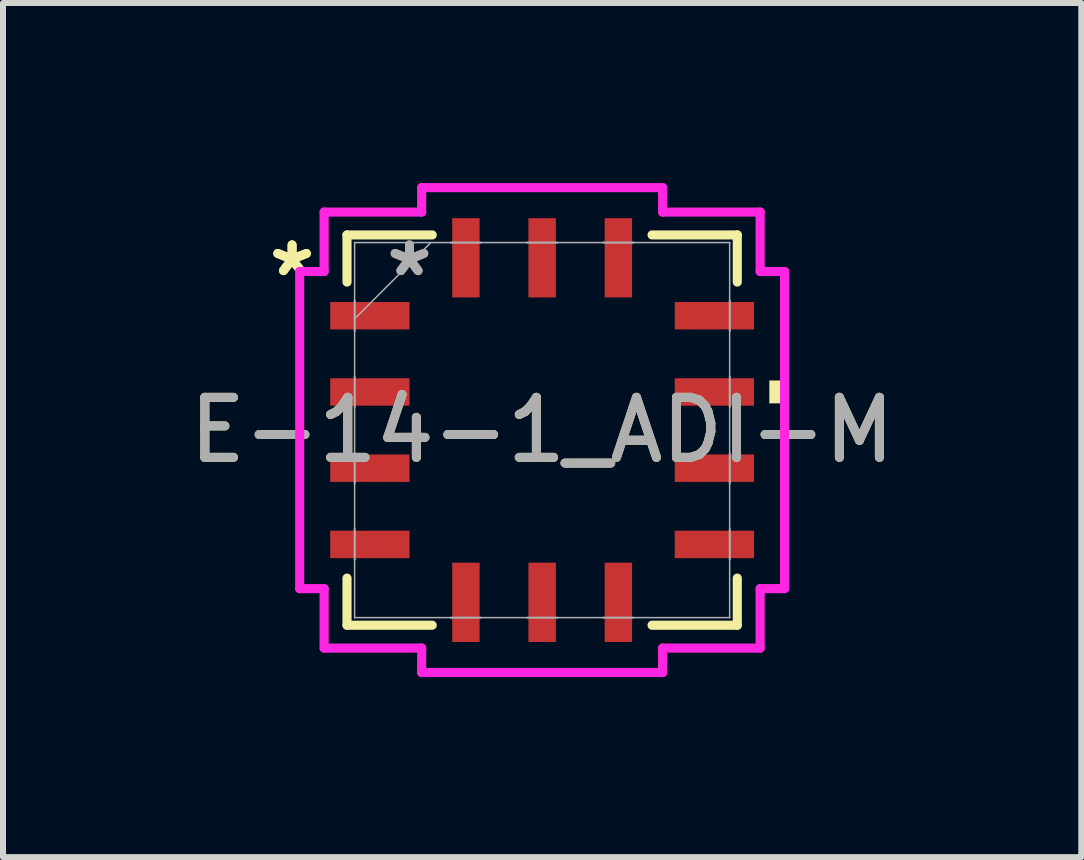
<source format=kicad_pcb>
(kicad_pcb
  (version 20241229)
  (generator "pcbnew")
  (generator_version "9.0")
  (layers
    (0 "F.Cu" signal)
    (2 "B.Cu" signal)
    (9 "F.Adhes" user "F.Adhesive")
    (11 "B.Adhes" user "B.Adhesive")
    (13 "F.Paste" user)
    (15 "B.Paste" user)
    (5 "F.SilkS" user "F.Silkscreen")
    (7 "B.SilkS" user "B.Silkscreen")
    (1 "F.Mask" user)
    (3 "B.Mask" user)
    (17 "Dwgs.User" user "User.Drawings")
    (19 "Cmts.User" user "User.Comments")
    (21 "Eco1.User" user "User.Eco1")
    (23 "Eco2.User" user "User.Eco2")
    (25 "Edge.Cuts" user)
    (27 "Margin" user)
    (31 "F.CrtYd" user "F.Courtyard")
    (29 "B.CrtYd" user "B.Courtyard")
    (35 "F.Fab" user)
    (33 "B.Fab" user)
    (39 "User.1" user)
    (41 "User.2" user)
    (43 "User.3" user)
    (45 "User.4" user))
  (footprint "E-14-1_ADI-M"
    (layer "F.Cu")
    (at 5.982 4.115)
    (property "Reference" "E-14-1_ADI-M" (at 0 0 0) (unlocked yes) (layer "F.SilkS") (effects (font (size 1 1) (thickness 0.15))))
    (attr smd)
    (fp_line (start -3.251 -3.251) (end -3.251 -2.466) (stroke (width 0.152) (type solid)) (layer "F.SilkS"))
    (fp_line (start -3.251 2.466) (end -3.251 3.251) (stroke (width 0.152) (type solid)) (layer "F.SilkS"))
    (fp_line (start -3.251 3.251) (end -1.831 3.251) (stroke (width 0.152) (type solid)) (layer "F.SilkS"))
    (fp_line (start -1.831 -3.251) (end -3.251 -3.251) (stroke (width 0.152) (type solid)) (layer "F.SilkS"))
    (fp_line (start 1.831 3.251) (end 3.251 3.251) (stroke (width 0.152) (type solid)) (layer "F.SilkS"))
    (fp_line (start 3.251 -3.251) (end 1.831 -3.251) (stroke (width 0.152) (type solid)) (layer "F.SilkS"))
    (fp_line (start 3.251 -2.466) (end 3.251 -3.251) (stroke (width 0.152) (type solid)) (layer "F.SilkS"))
    (fp_line (start 3.251 3.251) (end 3.251 2.466) (stroke (width 0.152) (type solid)) (layer "F.SilkS"))
    (fp_poly (pts (xy 4.039 -0.826) (xy 4.039 -0.445) (xy 3.785 -0.445) (xy 3.785 -0.826)) (stroke (width 0) (type solid)) (fill yes) (layer "F.SilkS"))
    (fp_line (start -4.039 -2.642) (end -3.632 -2.642) (stroke (width 0.152) (type solid)) (layer "F.CrtYd"))
    (fp_line (start -4.039 2.642) (end -4.039 -2.642) (stroke (width 0.152) (type solid)) (layer "F.CrtYd"))
    (fp_line (start -3.632 -3.632) (end -2.007 -3.632) (stroke (width 0.152) (type solid)) (layer "F.CrtYd"))
    (fp_line (start -3.632 -2.642) (end -3.632 -3.632) (stroke (width 0.152) (type solid)) (layer "F.CrtYd"))
    (fp_line (start -3.632 2.642) (end -4.039 2.642) (stroke (width 0.152) (type solid)) (layer "F.CrtYd"))
    (fp_line (start -3.632 3.632) (end -3.632 2.642) (stroke (width 0.152) (type solid)) (layer "F.CrtYd"))
    (fp_line (start -2.007 -4.039) (end 2.007 -4.039) (stroke (width 0.152) (type solid)) (layer "F.CrtYd"))
    (fp_line (start -2.007 -3.632) (end -2.007 -4.039) (stroke (width 0.152) (type solid)) (layer "F.CrtYd"))
    (fp_line (start -2.007 3.632) (end -3.632 3.632) (stroke (width 0.152) (type solid)) (layer "F.CrtYd"))
    (fp_line (start -2.007 4.039) (end -2.007 3.632) (stroke (width 0.152) (type solid)) (layer "F.CrtYd"))
    (fp_line (start 2.007 -4.039) (end 2.007 -3.632) (stroke (width 0.152) (type solid)) (layer "F.CrtYd"))
    (fp_line (start 2.007 -3.632) (end 3.632 -3.632) (stroke (width 0.152) (type solid)) (layer "F.CrtYd"))
    (fp_line (start 2.007 3.632) (end 2.007 4.039) (stroke (width 0.152) (type solid)) (layer "F.CrtYd"))
    (fp_line (start 2.007 4.039) (end -2.007 4.039) (stroke (width 0.152) (type solid)) (layer "F.CrtYd"))
    (fp_line (start 3.632 -3.632) (end 3.632 -2.642) (stroke (width 0.152) (type solid)) (layer "F.CrtYd"))
    (fp_line (start 3.632 -2.642) (end 4.039 -2.642) (stroke (width 0.152) (type solid)) (layer "F.CrtYd"))
    (fp_line (start 3.632 2.642) (end 3.632 3.632) (stroke (width 0.152) (type solid)) (layer "F.CrtYd"))
    (fp_line (start 3.632 3.632) (end 2.007 3.632) (stroke (width 0.152) (type solid)) (layer "F.CrtYd"))
    (fp_line (start 4.039 -2.642) (end 4.039 2.642) (stroke (width 0.152) (type solid)) (layer "F.CrtYd"))
    (fp_line (start 4.039 2.642) (end 3.632 2.642) (stroke (width 0.152) (type solid)) (layer "F.CrtYd"))
    (fp_line (start -3.124 -3.124) (end -3.124 -3.124) (stroke (width 0.025) (type solid)) (layer "F.Fab"))
    (fp_line (start -3.124 -3.124) (end -3.124 3.124) (stroke (width 0.025) (type solid)) (layer "F.Fab"))
    (fp_line (start -3.124 -2.159) (end -3.124 -2.159) (stroke (width 0.025) (type solid)) (layer "F.Fab"))
    (fp_line (start -3.124 -2.159) (end -3.124 -1.651) (stroke (width 0.025) (type solid)) (layer "F.Fab"))
    (fp_line (start -3.124 -1.854) (end -1.854 -3.124) (stroke (width 0.025) (type solid)) (layer "F.Fab"))
    (fp_line (start -3.124 -1.651) (end -3.124 -2.159) (stroke (width 0.025) (type solid)) (layer "F.Fab"))
    (fp_line (start -3.124 -1.651) (end -3.124 -1.651) (stroke (width 0.025) (type solid)) (layer "F.Fab"))
    (fp_line (start -3.124 -0.889) (end -3.124 -0.889) (stroke (width 0.025) (type solid)) (layer "F.Fab"))
    (fp_line (start -3.124 -0.889) (end -3.124 -0.381) (stroke (width 0.025) (type solid)) (layer "F.Fab"))
    (fp_line (start -3.124 -0.381) (end -3.124 -0.889) (stroke (width 0.025) (type solid)) (layer "F.Fab"))
    (fp_line (start -3.124 -0.381) (end -3.124 -0.381) (stroke (width 0.025) (type solid)) (layer "F.Fab"))
    (fp_line (start -3.124 0.381) (end -3.124 0.381) (stroke (width 0.025) (type solid)) (layer "F.Fab"))
    (fp_line (start -3.124 0.381) (end -3.124 0.889) (stroke (width 0.025) (type solid)) (layer "F.Fab"))
    (fp_line (start -3.124 0.889) (end -3.124 0.381) (stroke (width 0.025) (type solid)) (layer "F.Fab"))
    (fp_line (start -3.124 0.889) (end -3.124 0.889) (stroke (width 0.025) (type solid)) (layer "F.Fab"))
    (fp_line (start -3.124 1.651) (end -3.124 1.651) (stroke (width 0.025) (type solid)) (layer "F.Fab"))
    (fp_line (start -3.124 1.651) (end -3.124 2.159) (stroke (width 0.025) (type solid)) (layer "F.Fab"))
    (fp_line (start -3.124 2.159) (end -3.124 1.651) (stroke (width 0.025) (type solid)) (layer "F.Fab"))
    (fp_line (start -3.124 2.159) (end -3.124 2.159) (stroke (width 0.025) (type solid)) (layer "F.Fab"))
    (fp_line (start -3.124 3.124) (end -3.124 3.124) (stroke (width 0.025) (type solid)) (layer "F.Fab"))
    (fp_line (start -3.124 3.124) (end 3.124 3.124) (stroke (width 0.025) (type solid)) (layer "F.Fab"))
    (fp_line (start -1.524 -3.124) (end -1.524 -3.124) (stroke (width 0.025) (type solid)) (layer "F.Fab"))
    (fp_line (start -1.524 -3.124) (end -1.016 -3.124) (stroke (width 0.025) (type solid)) (layer "F.Fab"))
    (fp_line (start -1.524 3.124) (end -1.524 3.124) (stroke (width 0.025) (type solid)) (layer "F.Fab"))
    (fp_line (start -1.524 3.124) (end -1.016 3.124) (stroke (width 0.025) (type solid)) (layer "F.Fab"))
    (fp_line (start -1.016 -3.124) (end -1.524 -3.124) (stroke (width 0.025) (type solid)) (layer "F.Fab"))
    (fp_line (start -1.016 -3.124) (end -1.016 -3.124) (stroke (width 0.025) (type solid)) (layer "F.Fab"))
    (fp_line (start -1.016 3.124) (end -1.524 3.124) (stroke (width 0.025) (type solid)) (layer "F.Fab"))
    (fp_line (start -1.016 3.124) (end -1.016 3.124) (stroke (width 0.025) (type solid)) (layer "F.Fab"))
    (fp_line (start -0.254 -3.124) (end -0.254 -3.124) (stroke (width 0.025) (type solid)) (layer "F.Fab"))
    (fp_line (start -0.254 -3.124) (end 0.254 -3.124) (stroke (width 0.025) (type solid)) (layer "F.Fab"))
    (fp_line (start -0.254 3.124) (end -0.254 3.124) (stroke (width 0.025) (type solid)) (layer "F.Fab"))
    (fp_line (start -0.254 3.124) (end 0.254 3.124) (stroke (width 0.025) (type solid)) (layer "F.Fab"))
    (fp_line (start 0.254 -3.124) (end -0.254 -3.124) (stroke (width 0.025) (type solid)) (layer "F.Fab"))
    (fp_line (start 0.254 -3.124) (end 0.254 -3.124) (stroke (width 0.025) (type solid)) (layer "F.Fab"))
    (fp_line (start 0.254 3.124) (end -0.254 3.124) (stroke (width 0.025) (type solid)) (layer "F.Fab"))
    (fp_line (start 0.254 3.124) (end 0.254 3.124) (stroke (width 0.025) (type solid)) (layer "F.Fab"))
    (fp_line (start 1.016 -3.124) (end 1.016 -3.124) (stroke (width 0.025) (type solid)) (layer "F.Fab"))
    (fp_line (start 1.016 -3.124) (end 1.524 -3.124) (stroke (width 0.025) (type solid)) (layer "F.Fab"))
    (fp_line (start 1.016 3.124) (end 1.016 3.124) (stroke (width 0.025) (type solid)) (layer "F.Fab"))
    (fp_line (start 1.016 3.124) (end 1.524 3.124) (stroke (width 0.025) (type solid)) (layer "F.Fab"))
    (fp_line (start 1.524 -3.124) (end 1.016 -3.124) (stroke (width 0.025) (type solid)) (layer "F.Fab"))
    (fp_line (start 1.524 -3.124) (end 1.524 -3.124) (stroke (width 0.025) (type solid)) (layer "F.Fab"))
    (fp_line (start 1.524 3.124) (end 1.016 3.124) (stroke (width 0.025) (type solid)) (layer "F.Fab"))
    (fp_line (start 1.524 3.124) (end 1.524 3.124) (stroke (width 0.025) (type solid)) (layer "F.Fab"))
    (fp_line (start 3.124 -3.124) (end -3.124 -3.124) (stroke (width 0.025) (type solid)) (layer "F.Fab"))
    (fp_line (start 3.124 -3.124) (end 3.124 -3.124) (stroke (width 0.025) (type solid)) (layer "F.Fab"))
    (fp_line (start 3.124 -2.159) (end 3.124 -2.159) (stroke (width 0.025) (type solid)) (layer "F.Fab"))
    (fp_line (start 3.124 -2.159) (end 3.124 -1.651) (stroke (width 0.025) (type solid)) (layer "F.Fab"))
    (fp_line (start 3.124 -1.651) (end 3.124 -2.159) (stroke (width 0.025) (type solid)) (layer "F.Fab"))
    (fp_line (start 3.124 -1.651) (end 3.124 -1.651) (stroke (width 0.025) (type solid)) (layer "F.Fab"))
    (fp_line (start 3.124 -0.889) (end 3.124 -0.889) (stroke (width 0.025) (type solid)) (layer "F.Fab"))
    (fp_line (start 3.124 -0.889) (end 3.124 -0.381) (stroke (width 0.025) (type solid)) (layer "F.Fab"))
    (fp_line (start 3.124 -0.381) (end 3.124 -0.889) (stroke (width 0.025) (type solid)) (layer "F.Fab"))
    (fp_line (start 3.124 -0.381) (end 3.124 -0.381) (stroke (width 0.025) (type solid)) (layer "F.Fab"))
    (fp_line (start 3.124 0.381) (end 3.124 0.381) (stroke (width 0.025) (type solid)) (layer "F.Fab"))
    (fp_line (start 3.124 0.381) (end 3.124 0.889) (stroke (width 0.025) (type solid)) (layer "F.Fab"))
    (fp_line (start 3.124 0.889) (end 3.124 0.381) (stroke (width 0.025) (type solid)) (layer "F.Fab"))
    (fp_line (start 3.124 0.889) (end 3.124 0.889) (stroke (width 0.025) (type solid)) (layer "F.Fab"))
    (fp_line (start 3.124 1.651) (end 3.124 1.651) (stroke (width 0.025) (type solid)) (layer "F.Fab"))
    (fp_line (start 3.124 1.651) (end 3.124 2.159) (stroke (width 0.025) (type solid)) (layer "F.Fab"))
    (fp_line (start 3.124 2.159) (end 3.124 1.651) (stroke (width 0.025) (type solid)) (layer "F.Fab"))
    (fp_line (start 3.124 2.159) (end 3.124 2.159) (stroke (width 0.025) (type solid)) (layer "F.Fab"))
    (fp_line (start 3.124 3.124) (end 3.124 -3.124) (stroke (width 0.025) (type solid)) (layer "F.Fab"))
    (fp_line (start 3.124 3.124) (end 3.124 3.124) (stroke (width 0.025) (type solid)) (layer "F.Fab"))
    (fp_text user "*" (at -4.166 -2.54 0) (unlocked yes) (layer "F.SilkS") (effects (font (size 1 1) (thickness 0.15))))
    (fp_text user "*" (at -4.166 -2.54 0) (layer "F.SilkS") (effects (font (size 1 1) (thickness 0.15))))
    (fp_text user "${REFERENCE}" (at 0 0 0) (unlocked yes) (layer "F.Fab") (effects (font (size 1 1) (thickness 0.15))))
    (fp_text user "*" (at -2.21 -2.54 0) (layer "F.Fab") (effects (font (size 1 1) (thickness 0.15))))
    (fp_text user "*" (at -2.21 -2.54 0) (unlocked yes) (layer "F.Fab") (effects (font (size 1 1) (thickness 0.15))))
    (pad "1" smd rect (at -2.87 -1.905 90) (size 0.457 1.321) (layers "F.Cu" "F.Mask" "F.Paste"))
    (pad "2" smd rect (at -2.87 -0.635 90) (size 0.457 1.321) (layers "F.Cu" "F.Mask" "F.Paste"))
    (pad "3" smd rect (at -2.87 0.635 90) (size 0.457 1.321) (layers "F.Cu" "F.Mask" "F.Paste"))
    (pad "4" smd rect (at -2.87 1.905 90) (size 0.457 1.321) (layers "F.Cu" "F.Mask" "F.Paste"))
    (pad "5" smd rect (at -1.27 2.87) (size 0.457 1.321) (layers "F.Cu" "F.Mask" "F.Paste"))
    (pad "6" smd rect (at 0 2.87) (size 0.457 1.321) (layers "F.Cu" "F.Mask" "F.Paste"))
    (pad "7" smd rect (at 1.27 2.87) (size 0.457 1.321) (layers "F.Cu" "F.Mask" "F.Paste"))
    (pad "8" smd rect (at 2.87 1.905 90) (size 0.457 1.321) (layers "F.Cu" "F.Mask" "F.Paste"))
    (pad "9" smd rect (at 2.87 0.635 90) (size 0.457 1.321) (layers "F.Cu" "F.Mask" "F.Paste"))
    (pad "10" smd rect (at 2.87 -0.635 90) (size 0.457 1.321) (layers "F.Cu" "F.Mask" "F.Paste"))
    (pad "11" smd rect (at 2.87 -1.905 90) (size 0.457 1.321) (layers "F.Cu" "F.Mask" "F.Paste"))
    (pad "12" smd rect (at 1.27 -2.87) (size 0.457 1.321) (layers "F.Cu" "F.Mask" "F.Paste"))
    (pad "13" smd rect (at 0 -2.87) (size 0.457 1.321) (layers "F.Cu" "F.Mask" "F.Paste"))
    (pad "14" smd rect (at -1.27 -2.87) (size 0.457 1.321) (layers "F.Cu" "F.Mask" "F.Paste")))
  (gr_rect
    (start -3 -3)
    (end 14.964 11.23)
    (stroke (width 0.1) (type default))
    (fill no)
    (layer "Edge.Cuts")))
</source>
